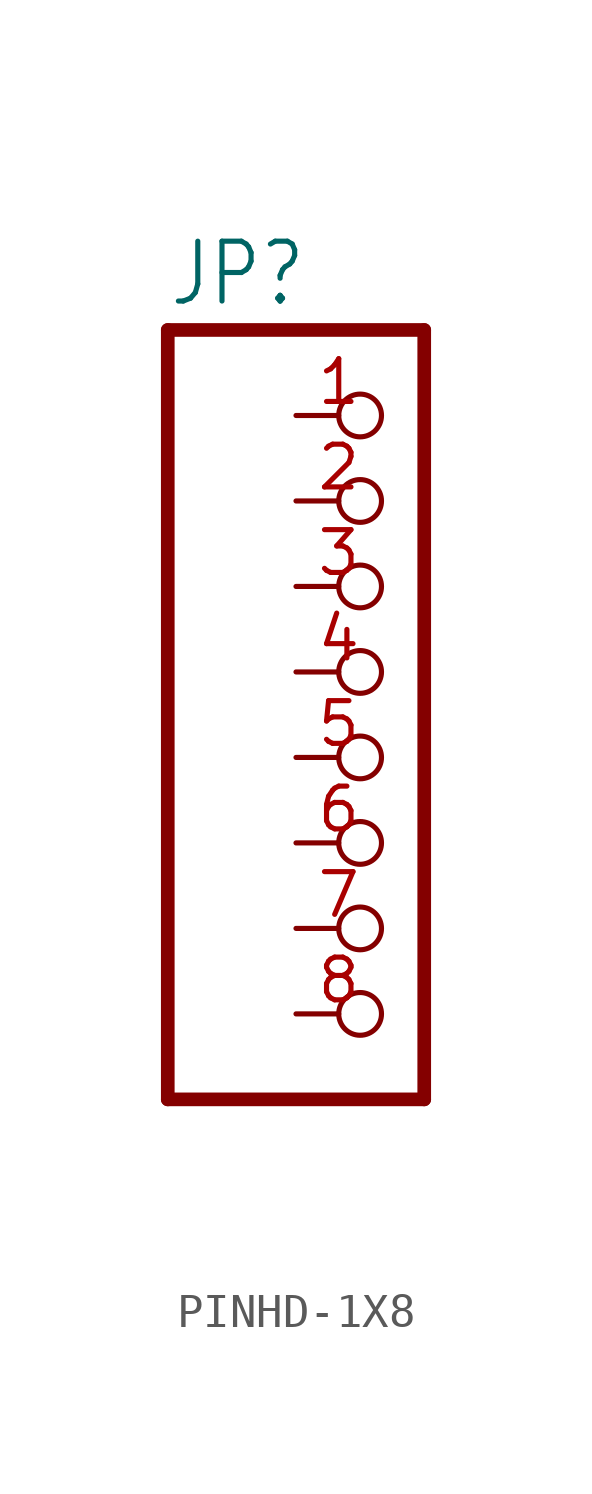
<source format=kicad_sym>
(kicad_symbol_lib
  (version 20220914)
  (generator kicad_symbol_editor)
  (symbol "PINHD-1X8"
    (property "Reference" "JP"
      (at -6.35 13.335 0)
      (effects (font (size 1.778 1.511)) (justify left bottom)))
    (property "Value" ""
      (at -6.35 -12.7 0)
      (effects (font (size 1.778 1.511)) (justify left bottom)))
    (property "ki_locked" ""
      (at 0 0 0)
      (effects (font (size 1.27 1.27))))
    (symbol "PINHD-1X8_1_0"
      (polyline (pts (xy -6.35 -10.16) (xy 1.27 -10.16)) (stroke (width 0.406) (type solid)) (fill (type none)))
      (polyline (pts (xy -6.35 12.7) (xy -6.35 -10.16)) (stroke (width 0.406) (type solid)) (fill (type none)))
      (polyline (pts (xy 1.27 -10.16) (xy 1.27 12.7)) (stroke (width 0.406) (type solid)) (fill (type none)))
      (polyline (pts (xy 1.27 12.7) (xy -6.35 12.7)) (stroke (width 0.406) (type solid)) (fill (type none)))
      (pin passive inverted (at -2.54 10.16 0) (length 2.54) (name "1" (effects (font (size 0 0)))) (number "1" (effects (font (size 1.27 1.27)))))
      (pin passive inverted (at -2.54 7.62 0) (length 2.54) (name "2" (effects (font (size 0 0)))) (number "2" (effects (font (size 1.27 1.27)))))
      (pin passive inverted (at -2.54 5.08 0) (length 2.54) (name "3" (effects (font (size 0 0)))) (number "3" (effects (font (size 1.27 1.27)))))
      (pin passive inverted (at -2.54 2.54 0) (length 2.54) (name "4" (effects (font (size 0 0)))) (number "4" (effects (font (size 1.27 1.27)))))
      (pin passive inverted (at -2.54 0 0) (length 2.54) (name "5" (effects (font (size 0 0)))) (number "5" (effects (font (size 1.27 1.27)))))
      (pin passive inverted (at -2.54 -2.54 0) (length 2.54) (name "6" (effects (font (size 0 0)))) (number "6" (effects (font (size 1.27 1.27)))))
      (pin passive inverted (at -2.54 -5.08 0) (length 2.54) (name "7" (effects (font (size 0 0)))) (number "7" (effects (font (size 1.27 1.27)))))
      (pin passive inverted (at -2.54 -7.62 0) (length 2.54) (name "8" (effects (font (size 0 0)))) (number "8" (effects (font (size 1.27 1.27))))))))
</source>
